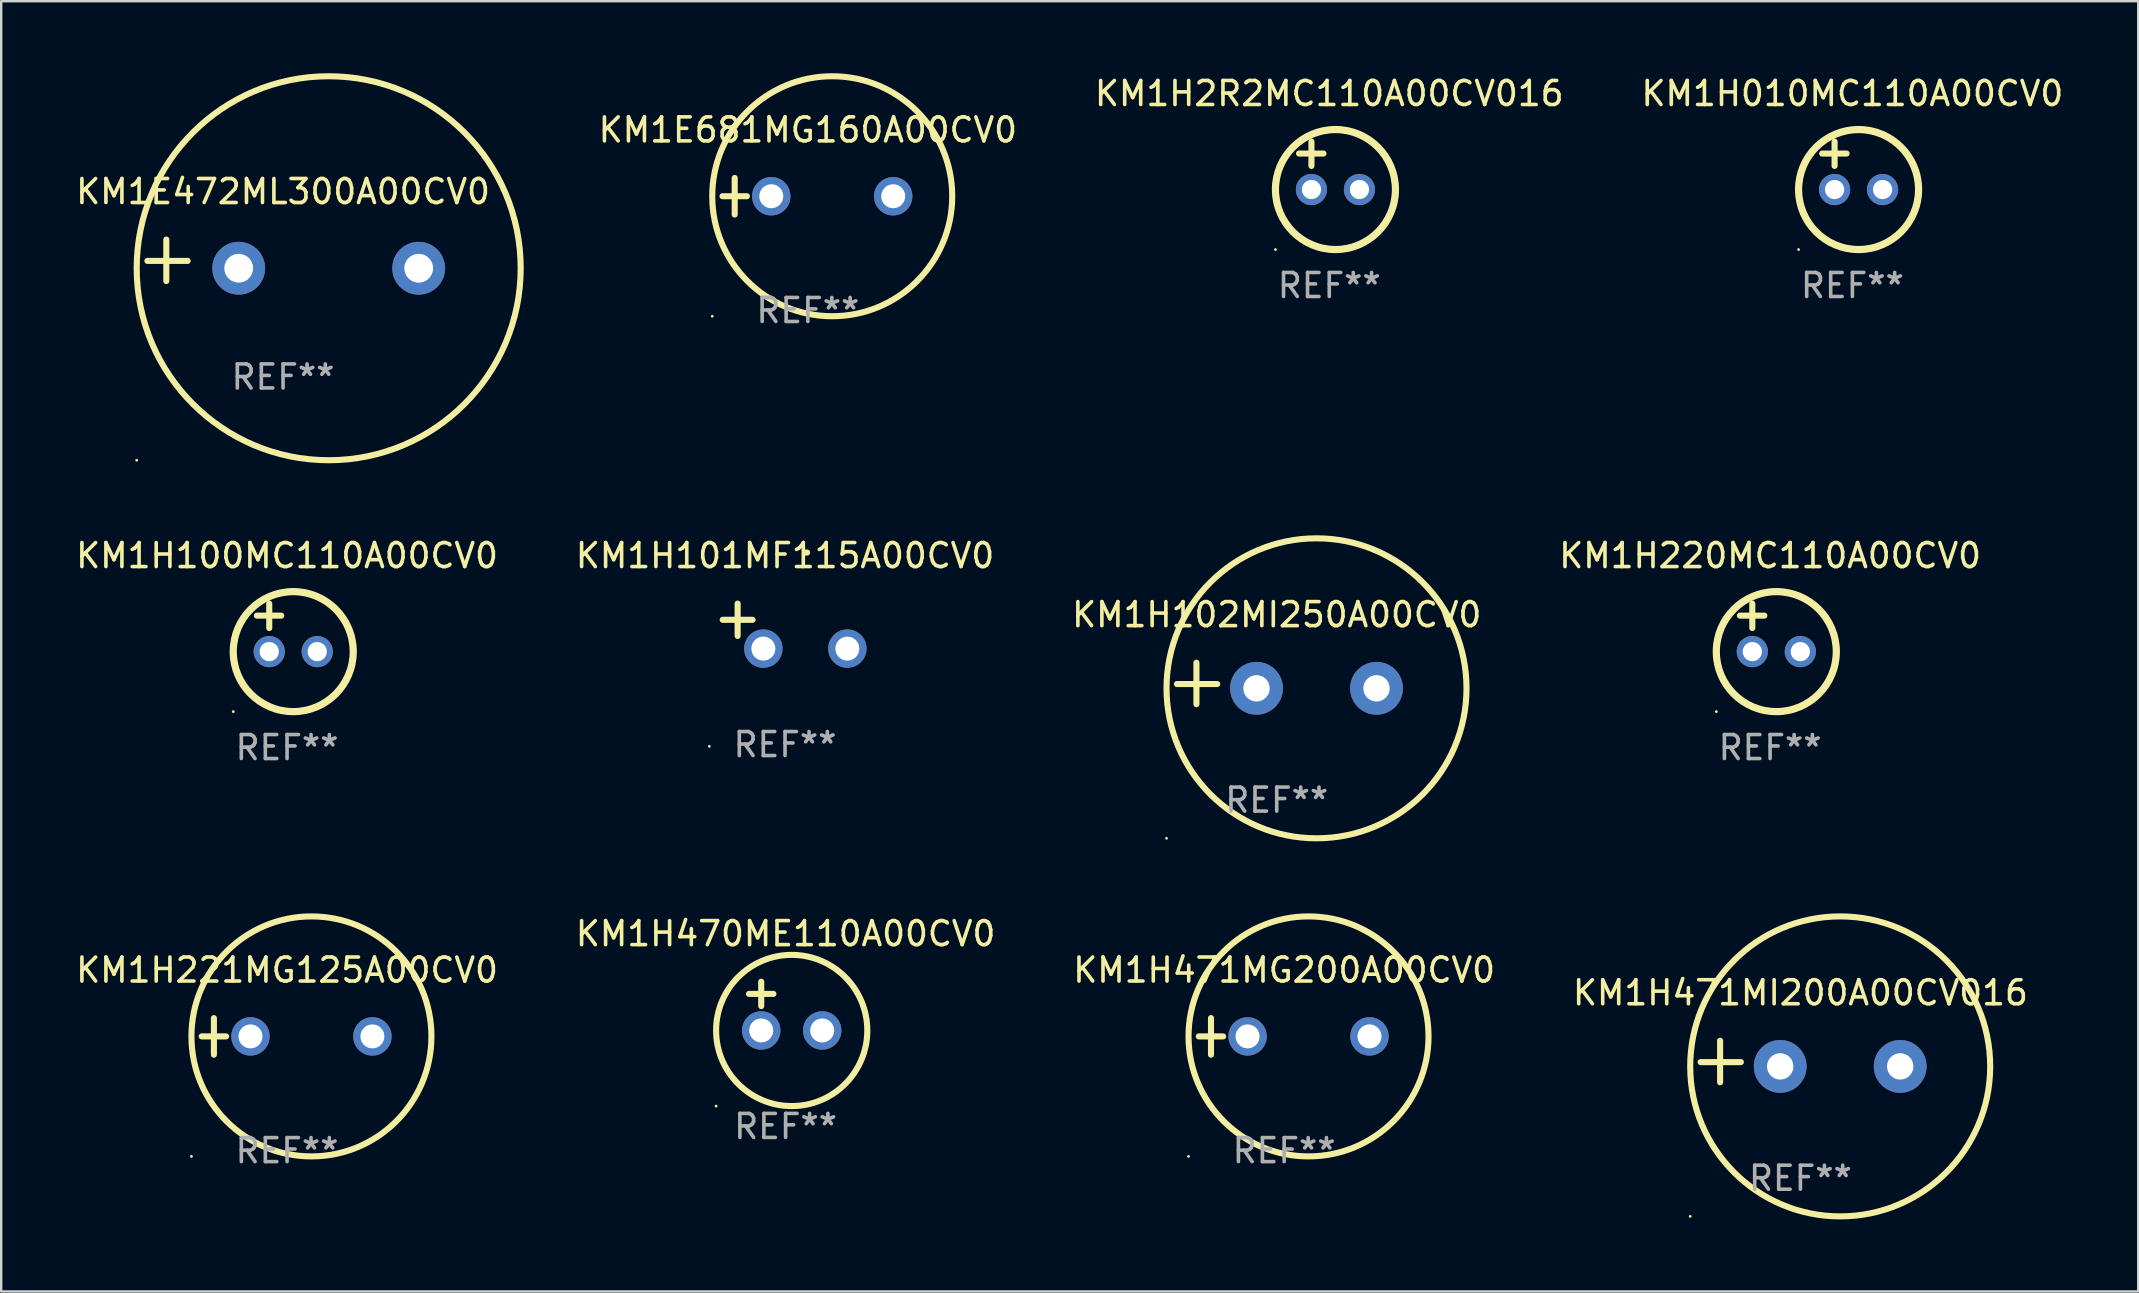
<source format=kicad_pcb>
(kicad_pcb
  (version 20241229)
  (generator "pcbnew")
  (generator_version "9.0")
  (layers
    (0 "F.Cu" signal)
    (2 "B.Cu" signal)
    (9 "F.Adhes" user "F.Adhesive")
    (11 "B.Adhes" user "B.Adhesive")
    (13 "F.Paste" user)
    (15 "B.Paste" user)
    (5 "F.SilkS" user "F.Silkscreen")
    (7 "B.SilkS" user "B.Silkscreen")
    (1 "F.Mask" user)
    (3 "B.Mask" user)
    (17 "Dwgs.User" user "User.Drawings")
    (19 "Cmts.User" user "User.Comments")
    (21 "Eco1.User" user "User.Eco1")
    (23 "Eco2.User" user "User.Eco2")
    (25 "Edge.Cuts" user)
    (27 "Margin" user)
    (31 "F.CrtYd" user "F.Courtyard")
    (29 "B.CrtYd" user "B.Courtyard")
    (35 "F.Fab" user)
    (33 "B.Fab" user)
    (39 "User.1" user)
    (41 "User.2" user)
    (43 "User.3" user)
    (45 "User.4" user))
  (footprint "KM1H220MC110A00CV0"
    (layer "F.Cu")
    (at 70.708 23.102)
    (property "Reference" "KM1H220MC110A00CV0" (at 0 -3 0) (layer "F.SilkS") (effects (font (size 1 1) (thickness 0.15))))
    (attr through_hole)
    (fp_line (start -1.258 -0.5) (end -0.242 -0.5) (stroke (width 0.254) (type solid)) (layer "F.SilkS"))
    (fp_line (start -0.742 -1) (end -0.742 0.016) (stroke (width 0.254) (type solid)) (layer "F.SilkS"))
    (fp_circle (center -2.242 3.5) (end -2.212 3.5) (stroke (width 0.06) (type solid)) (fill no) (layer "F.SilkS"))
    (fp_circle (center 0.258 1) (end 2.758 1) (stroke (width 0.3) (type solid)) (fill no) (layer "F.SilkS"))
    (fp_text user "REF**" (at 0 5 0) (layer "F.Fab") (effects (font (size 1 1) (thickness 0.15))))
    (pad "1" thru_hole circle (at -0.742 1) (size 1.3 1.3) (drill 0.8) (layers "*.Cu" "*.Mask"))
    (pad "2" thru_hole circle (at 1.258 1) (size 1.3 1.3) (drill 0.8) (layers "*.Cu" "*.Mask")))
  (footprint "KM1H471MI200A00CV016"
    (layer "F.Cu")
    (at 71.97 41.182)
    (property "Reference" "KM1H471MI200A00CV016" (at 0 -2.864 0) (layer "F.SilkS") (effects (font (size 1 1) (thickness 0.15))))
    (attr through_hole)
    (fp_line (start -3.346 0.864) (end -3.346 -0.864) (stroke (width 0.254) (type solid)) (layer "F.SilkS"))
    (fp_line (start -2.482 0.025) (end -4.158 0.025) (stroke (width 0.254) (type solid)) (layer "F.SilkS"))
    (fp_circle (center -4.592 6.453) (end -4.562 6.453) (stroke (width 0.06) (type solid)) (fill no) (layer "F.SilkS"))
    (fp_circle (center 1.658 0.203) (end 7.908 0.203) (stroke (width 0.254) (type solid)) (fill no) (layer "F.SilkS"))
    (fp_text user "REF**" (at 0 4.864 0) (layer "F.Fab") (effects (font (size 1 1) (thickness 0.15))))
    (pad "1" thru_hole circle (at -0.842 0.203) (size 2.2 2.2) (drill 1.1) (layers "*.Cu" "*.Mask"))
    (pad "2" thru_hole circle (at 4.158 0.203) (size 2.2 2.2) (drill 1.1) (layers "*.Cu" "*.Mask")))
  (footprint "KM1E472ML300A00CV0"
    (layer "F.Cu")
    (at 8.744 7.797)
    (property "Reference" "KM1E472ML300A00CV0" (at 0 -2.864 0) (layer "F.SilkS") (effects (font (size 1 1) (thickness 0.15))))
    (attr through_hole)
    (fp_line (start -4.864 0.864) (end -4.864 -0.864) (stroke (width 0.254) (type solid)) (layer "F.SilkS"))
    (fp_line (start -3.975 0.025) (end -5.652 0.025) (stroke (width 0.254) (type solid)) (layer "F.SilkS"))
    (fp_circle (center -6.098 8.33) (end -6.068 8.33) (stroke (width 0.06) (type solid)) (fill no) (layer "F.SilkS"))
    (fp_circle (center 1.902 0.33) (end 9.902 0.33) (stroke (width 0.254) (type solid)) (fill no) (layer "F.SilkS"))
    (fp_text user "REF**" (at 0 4.864 0) (layer "F.Fab") (effects (font (size 1 1) (thickness 0.15))))
    (pad "1" thru_hole circle (at -1.848 0.33) (size 2.2 2.2) (drill 1.2) (layers "*.Cu" "*.Mask"))
    (pad "2" thru_hole circle (at 5.652 0.33) (size 2.2 2.2) (drill 1.2) (layers "*.Cu" "*.Mask")))
  (footprint "KM1H471MG200A00CV0"
    (layer "F.Cu")
    (at 50.458 40.135)
    (property "Reference" "KM1H471MG200A00CV0" (at 0 -2.762 0) (layer "F.SilkS") (effects (font (size 1 1) (thickness 0.15))))
    (attr through_hole)
    (fp_line (start -3.556 0) (end -2.54 0) (stroke (width 0.254) (type solid)) (layer "F.SilkS"))
    (fp_line (start -3.048 -0.762) (end -3.048 0.762) (stroke (width 0.254) (type solid)) (layer "F.SilkS"))
    (fp_circle (center -3.984 5) (end -3.954 5) (stroke (width 0.06) (type solid)) (fill no) (layer "F.SilkS"))
    (fp_circle (center 1.016 0) (end 6.016 0) (stroke (width 0.254) (type solid)) (fill no) (layer "F.SilkS"))
    (fp_text user "REF**" (at 0 4.762 0) (layer "F.Fab") (effects (font (size 1 1) (thickness 0.15))))
    (pad "1" thru_hole circle (at -1.524 0) (size 1.6 1.6) (drill 1) (layers "*.Cu" "*.Mask"))
    (pad "2" thru_hole circle (at 3.556 0) (size 1.6 1.6) (drill 1) (layers "*.Cu" "*.Mask")))
  (footprint "KM1H102MI250A00CV0"
    (layer "F.Cu")
    (at 50.149 25.428)
    (property "Reference" "KM1H102MI250A00CV0" (at 0 -2.864 0) (layer "F.SilkS") (effects (font (size 1 1) (thickness 0.15))))
    (attr through_hole)
    (fp_line (start -3.346 0.864) (end -3.346 -0.864) (stroke (width 0.254) (type solid)) (layer "F.SilkS"))
    (fp_line (start -2.482 0.025) (end -4.158 0.025) (stroke (width 0.254) (type solid)) (layer "F.SilkS"))
    (fp_circle (center -4.592 6.453) (end -4.562 6.453) (stroke (width 0.06) (type solid)) (fill no) (layer "F.SilkS"))
    (fp_circle (center 1.658 0.203) (end 7.908 0.203) (stroke (width 0.254) (type solid)) (fill no) (layer "F.SilkS"))
    (fp_text user "REF**" (at 0 4.864 0) (layer "F.Fab") (effects (font (size 1 1) (thickness 0.15))))
    (pad "1" thru_hole circle (at -0.842 0.203) (size 2.2 2.2) (drill 1.1) (layers "*.Cu" "*.Mask"))
    (pad "2" thru_hole circle (at 4.158 0.203) (size 2.2 2.2) (drill 1.1) (layers "*.Cu" "*.Mask")))
  (footprint "KM1H100MC110A00CV0"
    (layer "F.Cu")
    (at 8.911 23.102)
    (property "Reference" "KM1H100MC110A00CV0" (at 0 -3 0) (layer "F.SilkS") (effects (font (size 1 1) (thickness 0.15))))
    (attr through_hole)
    (fp_line (start -1.258 -0.5) (end -0.242 -0.5) (stroke (width 0.254) (type solid)) (layer "F.SilkS"))
    (fp_line (start -0.742 -1) (end -0.742 0.016) (stroke (width 0.254) (type solid)) (layer "F.SilkS"))
    (fp_circle (center -2.242 3.5) (end -2.212 3.5) (stroke (width 0.06) (type solid)) (fill no) (layer "F.SilkS"))
    (fp_circle (center 0.258 1) (end 2.758 1) (stroke (width 0.3) (type solid)) (fill no) (layer "F.SilkS"))
    (fp_text user "REF**" (at 0 5 0) (layer "F.Fab") (effects (font (size 1 1) (thickness 0.15))))
    (pad "1" thru_hole circle (at -0.742 1) (size 1.3 1.3) (drill 0.8) (layers "*.Cu" "*.Mask"))
    (pad "2" thru_hole circle (at 1.258 1) (size 1.3 1.3) (drill 0.8) (layers "*.Cu" "*.Mask")))
  (footprint "KM1H470ME110A00CV0"
    (layer "F.Cu")
    (at 29.685 38.872)
    (property "Reference" "KM1H470ME110A00CV0" (at 0 -3.016 0) (layer "F.SilkS") (effects (font (size 1 1) (thickness 0.15))))
    (attr through_hole)
    (fp_line (start -1.524 -0.508) (end -0.508 -0.508) (stroke (width 0.254) (type solid)) (layer "F.SilkS"))
    (fp_line (start -1.016 -1.016) (end -1.016 0) (stroke (width 0.254) (type solid)) (layer "F.SilkS"))
    (fp_circle (center -2.896 4.166) (end -2.866 4.166) (stroke (width 0.06) (type solid)) (fill no) (layer "F.SilkS"))
    (fp_circle (center 0.254 1.016) (end 3.404 1.016) (stroke (width 0.254) (type solid)) (fill no) (layer "F.SilkS"))
    (fp_text user "REF**" (at 0 5.016 0) (layer "F.Fab") (effects (font (size 1 1) (thickness 0.15))))
    (pad "1" thru_hole circle (at -1.016 1.016) (size 1.6 1.6) (drill 1) (layers "*.Cu" "*.Mask"))
    (pad "2" thru_hole circle (at 1.524 1.016) (size 1.6 1.6) (drill 1) (layers "*.Cu" "*.Mask")))
  (footprint "KM1H010MC110A00CV0"
    (layer "F.Cu")
    (at 74.136 3.848)
    (property "Reference" "KM1H010MC110A00CV0" (at 0 -3 0) (layer "F.SilkS") (effects (font (size 1 1) (thickness 0.15))))
    (attr through_hole)
    (fp_line (start -1.258 -0.5) (end -0.242 -0.5) (stroke (width 0.254) (type solid)) (layer "F.SilkS"))
    (fp_line (start -0.742 -1) (end -0.742 0.016) (stroke (width 0.254) (type solid)) (layer "F.SilkS"))
    (fp_circle (center -2.242 3.5) (end -2.212 3.5) (stroke (width 0.06) (type solid)) (fill no) (layer "F.SilkS"))
    (fp_circle (center 0.258 1) (end 2.758 1) (stroke (width 0.3) (type solid)) (fill no) (layer "F.SilkS"))
    (fp_text user "REF**" (at 0 5 0) (layer "F.Fab") (effects (font (size 1 1) (thickness 0.15))))
    (pad "1" thru_hole circle (at -0.742 1) (size 1.3 1.3) (drill 0.8) (layers "*.Cu" "*.Mask"))
    (pad "2" thru_hole circle (at 1.258 1) (size 1.3 1.3) (drill 0.8) (layers "*.Cu" "*.Mask")))
  (footprint "KM1H101MF115A00CV0"
    (layer "F.Cu")
    (at 29.661 23.039)
    (property "Reference" "KM1H101MF115A00CV0" (at 0 -2.937 0) (layer "F.SilkS") (effects (font (size 1 1) (thickness 0.15))))
    (attr through_hole)
    (fp_line (start -1.975 0.41) (end -1.975 -0.937) (stroke (width 0.254) (type solid)) (layer "F.SilkS"))
    (fp_line (start -1.353 -0.263) (end -2.597 -0.263) (stroke (width 0.254) (type solid)) (layer "F.SilkS"))
    (fp_arc (start 0.849809 -3.063957) (mid 0.885369 -3.064114) (end 0.920929 -3.063957) (stroke (width 0.254001) (type solid)) (layer "F.SilkS"))
    (fp_circle (center -3.154 5.008) (end -3.124 5.008) (stroke (width 0.06) (type solid)) (fill no) (layer "F.SilkS"))
    (fp_text user "REF**" (at 0 4.937 0) (layer "F.Fab") (effects (font (size 1 1) (thickness 0.15))))
    (pad "1" thru_hole circle (at -0.903 0.937) (size 1.6 1.6) (drill 1) (layers "*.Cu" "*.Mask"))
    (pad "2" thru_hole circle (at 2.597 0.937) (size 1.6 1.6) (drill 1) (layers "*.Cu" "*.Mask")))
  (footprint "KM1E681MG160A00CV0"
    (layer "F.Cu")
    (at 30.612 5.127)
    (property "Reference" "KM1E681MG160A00CV0" (at 0 -2.762 0) (layer "F.SilkS") (effects (font (size 1 1) (thickness 0.15))))
    (attr through_hole)
    (fp_line (start -3.556 0) (end -2.54 0) (stroke (width 0.254) (type solid)) (layer "F.SilkS"))
    (fp_line (start -3.048 -0.762) (end -3.048 0.762) (stroke (width 0.254) (type solid)) (layer "F.SilkS"))
    (fp_circle (center -3.984 5) (end -3.954 5) (stroke (width 0.06) (type solid)) (fill no) (layer "F.SilkS"))
    (fp_circle (center 1.016 0) (end 6.016 0) (stroke (width 0.254) (type solid)) (fill no) (layer "F.SilkS"))
    (fp_text user "REF**" (at 0 4.762 0) (layer "F.Fab") (effects (font (size 1 1) (thickness 0.15))))
    (pad "1" thru_hole circle (at -1.524 0) (size 1.6 1.6) (drill 1) (layers "*.Cu" "*.Mask"))
    (pad "2" thru_hole circle (at 3.556 0) (size 1.6 1.6) (drill 1) (layers "*.Cu" "*.Mask")))
  (footprint "KM1H221MG125A00CV0"
    (layer "F.Cu")
    (at 8.911 40.135)
    (property "Reference" "KM1H221MG125A00CV0" (at 0 -2.762 0) (layer "F.SilkS") (effects (font (size 1 1) (thickness 0.15))))
    (attr through_hole)
    (fp_line (start -3.556 0) (end -2.54 0) (stroke (width 0.254) (type solid)) (layer "F.SilkS"))
    (fp_line (start -3.048 -0.762) (end -3.048 0.762) (stroke (width 0.254) (type solid)) (layer "F.SilkS"))
    (fp_circle (center -3.984 5) (end -3.954 5) (stroke (width 0.06) (type solid)) (fill no) (layer "F.SilkS"))
    (fp_circle (center 1.016 0) (end 6.016 0) (stroke (width 0.254) (type solid)) (fill no) (layer "F.SilkS"))
    (fp_text user "REF**" (at 0 4.762 0) (layer "F.Fab") (effects (font (size 1 1) (thickness 0.15))))
    (pad "1" thru_hole circle (at -1.524 0) (size 1.6 1.6) (drill 1) (layers "*.Cu" "*.Mask"))
    (pad "2" thru_hole circle (at 3.556 0) (size 1.6 1.6) (drill 1) (layers "*.Cu" "*.Mask")))
  (footprint "KM1H2R2MC110A00CV016"
    (layer "F.Cu")
    (at 52.338 3.848)
    (property "Reference" "KM1H2R2MC110A00CV016" (at 0 -3 0) (layer "F.SilkS") (effects (font (size 1 1) (thickness 0.15))))
    (attr through_hole)
    (fp_line (start -1.258 -0.5) (end -0.242 -0.5) (stroke (width 0.254) (type solid)) (layer "F.SilkS"))
    (fp_line (start -0.742 -1) (end -0.742 0.016) (stroke (width 0.254) (type solid)) (layer "F.SilkS"))
    (fp_circle (center -2.242 3.5) (end -2.212 3.5) (stroke (width 0.06) (type solid)) (fill no) (layer "F.SilkS"))
    (fp_circle (center 0.258 1) (end 2.758 1) (stroke (width 0.3) (type solid)) (fill no) (layer "F.SilkS"))
    (fp_text user "REF**" (at 0 5 0) (layer "F.Fab") (effects (font (size 1 1) (thickness 0.15))))
    (pad "1" thru_hole circle (at -0.742 1) (size 1.3 1.3) (drill 0.8) (layers "*.Cu" "*.Mask"))
    (pad "2" thru_hole circle (at 1.258 1) (size 1.3 1.3) (drill 0.8) (layers "*.Cu" "*.Mask")))
  (gr_rect
    (start -3 -3)
    (end 86.046 50.762)
    (stroke (width 0.1) (type default))
    (fill no)
    (layer "Edge.Cuts")))
</source>
